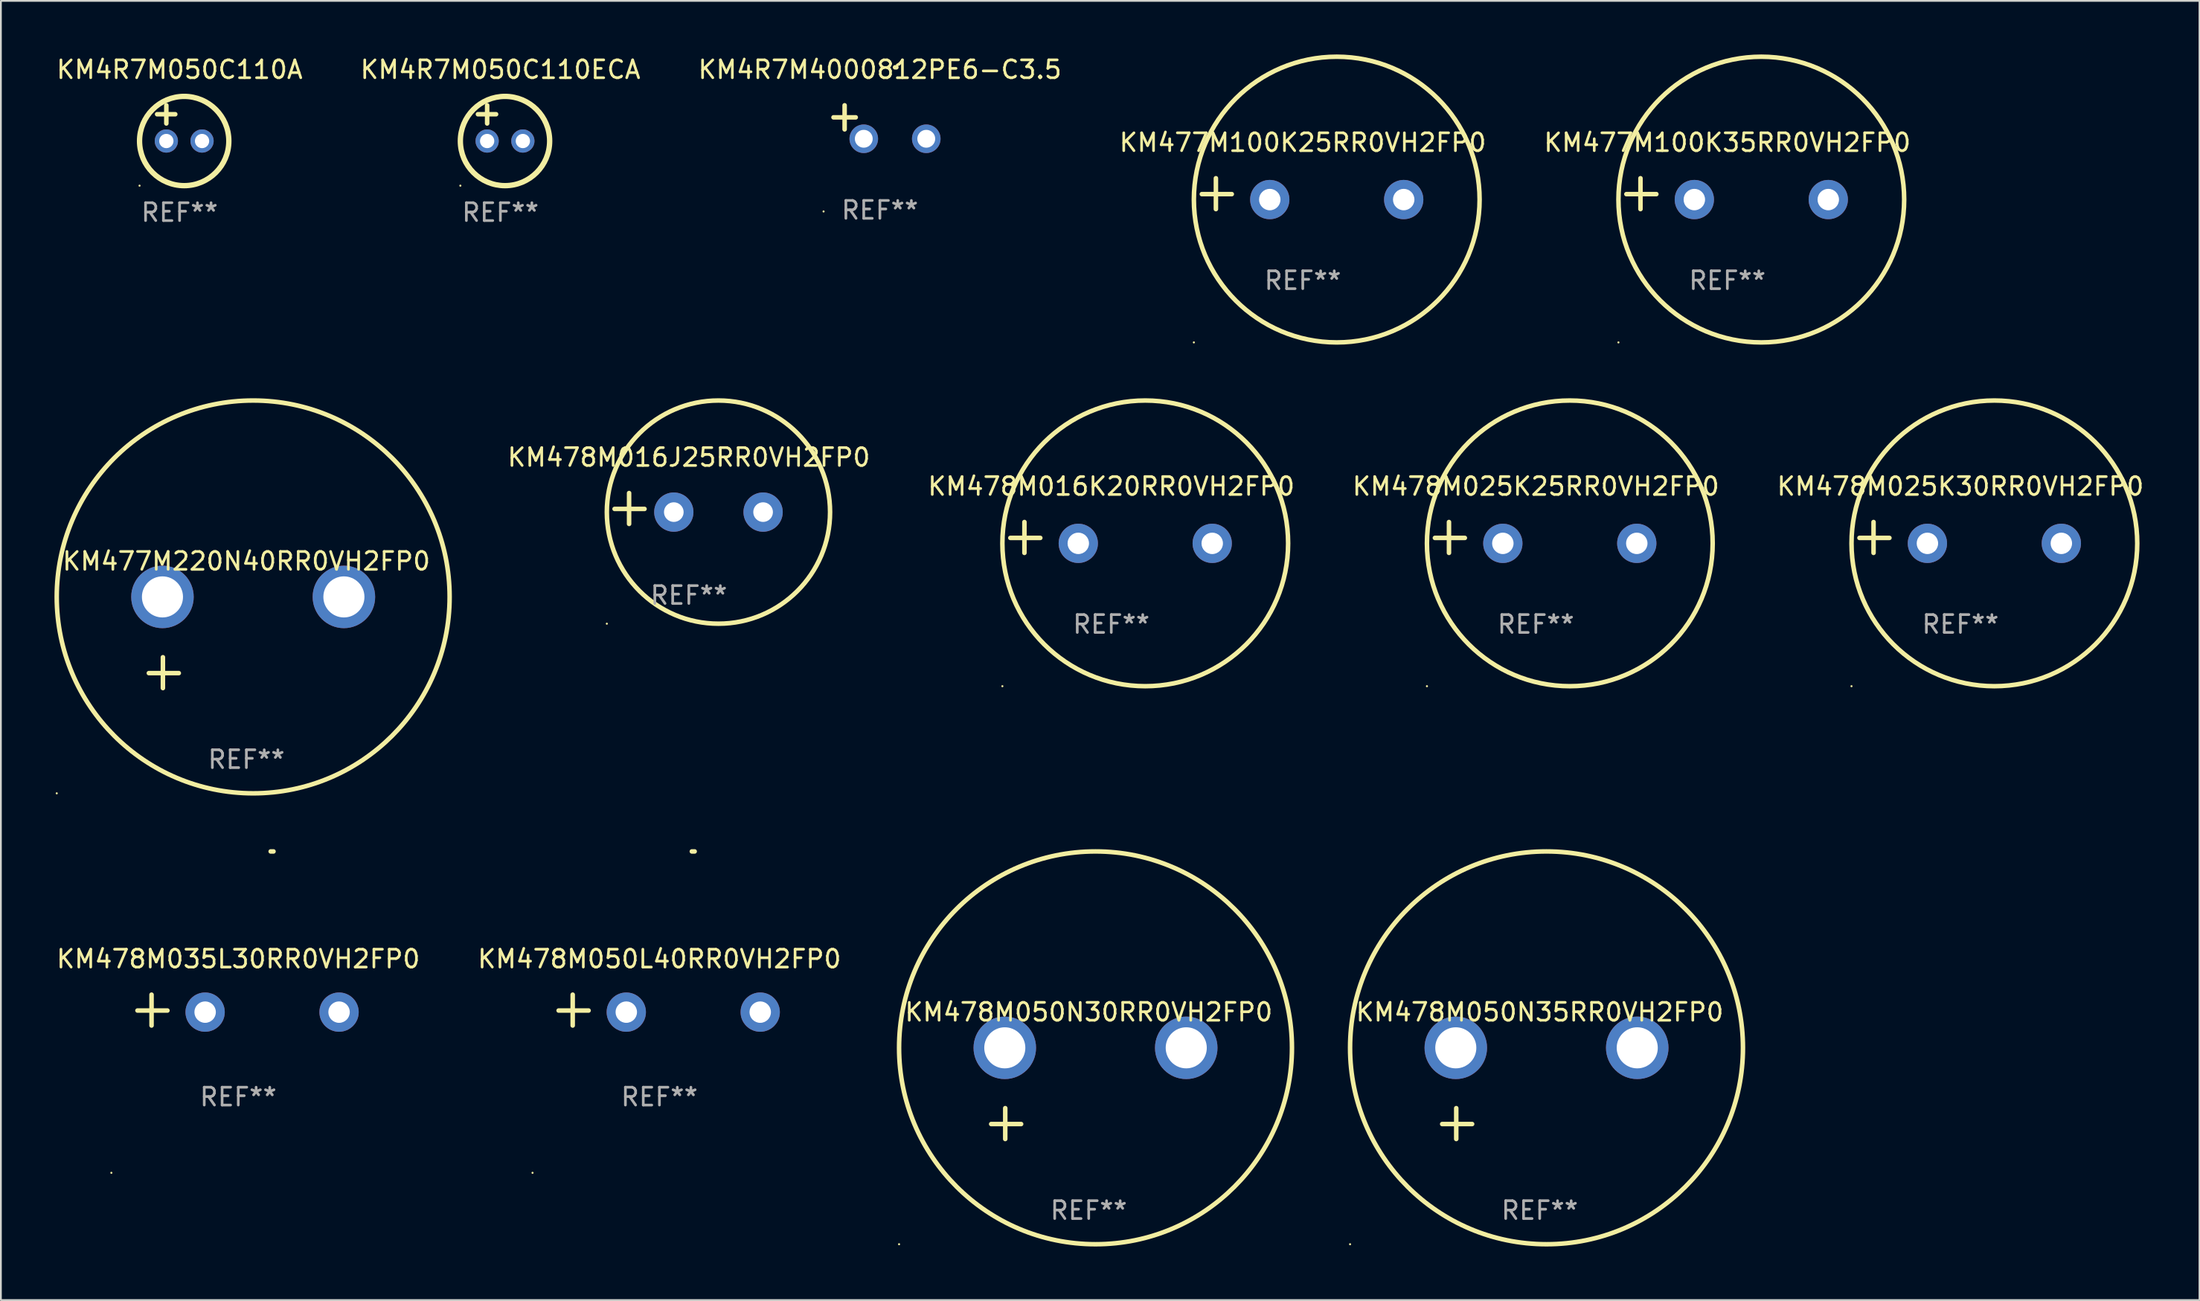
<source format=kicad_pcb>
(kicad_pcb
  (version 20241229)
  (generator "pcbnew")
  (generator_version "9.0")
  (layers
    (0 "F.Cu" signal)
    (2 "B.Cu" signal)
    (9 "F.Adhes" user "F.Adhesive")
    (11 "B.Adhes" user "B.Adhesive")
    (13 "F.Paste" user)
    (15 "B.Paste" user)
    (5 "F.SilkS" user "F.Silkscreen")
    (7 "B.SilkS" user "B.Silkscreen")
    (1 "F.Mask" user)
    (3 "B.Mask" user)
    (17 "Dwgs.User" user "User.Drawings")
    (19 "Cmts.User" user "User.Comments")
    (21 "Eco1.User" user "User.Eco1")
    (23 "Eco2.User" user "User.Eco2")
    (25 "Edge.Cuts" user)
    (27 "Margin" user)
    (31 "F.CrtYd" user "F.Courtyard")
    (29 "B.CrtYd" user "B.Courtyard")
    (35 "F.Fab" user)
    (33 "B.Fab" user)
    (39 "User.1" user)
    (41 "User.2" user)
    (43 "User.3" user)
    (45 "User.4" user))
  (footprint "KM478M050N30RR0VH2FP0"
    (layer "F.Cu")
    (at 57.913 58.188)
    (property "Reference" "KM478M050N30RR0VH2FP0" (at 0 -4.553 0) (layer "F.SilkS") (effects (font (size 1 1) (thickness 0.15))))
    (attr through_hole)
    (fp_line (start -4.674 2.553) (end -4.674 0.826) (stroke (width 0.254) (type solid)) (layer "F.SilkS"))
    (fp_line (start -3.785 1.715) (end -5.461 1.715) (stroke (width 0.254) (type solid)) (layer "F.SilkS"))
    (fp_circle (center -10.619 8.447) (end -10.589 8.447) (stroke (width 0.06) (type solid)) (fill no) (layer "F.SilkS"))
    (fp_circle (center 0.381 -2.553) (end 11.381 -2.553) (stroke (width 0.254) (type solid)) (fill no) (layer "F.SilkS"))
    (fp_text user "REF**" (at 0 6.553 0) (layer "F.Fab") (effects (font (size 1 1) (thickness 0.15))))
    (pad "1" thru_hole circle (at -4.699 -2.553) (size 3.5 3.5) (drill 2.3) (layers "*.Cu" "*.Mask"))
    (pad "2" thru_hole circle (at 5.461 -2.553) (size 3.5 3.5) (drill 2.3) (layers "*.Cu" "*.Mask")))
  (footprint "KM477M220N40RR0VH2FP0"
    (layer "F.Cu")
    (at 10.746 32.934)
    (property "Reference" "KM477M220N40RR0VH2FP0" (at 0 -4.553 0) (layer "F.SilkS") (effects (font (size 1 1) (thickness 0.15))))
    (attr through_hole)
    (fp_line (start -4.674 2.553) (end -4.674 0.826) (stroke (width 0.254) (type solid)) (layer "F.SilkS"))
    (fp_line (start -3.785 1.715) (end -5.461 1.715) (stroke (width 0.254) (type solid)) (layer "F.SilkS"))
    (fp_circle (center -10.619 8.447) (end -10.589 8.447) (stroke (width 0.06) (type solid)) (fill no) (layer "F.SilkS"))
    (fp_circle (center 0.381 -2.553) (end 11.381 -2.553) (stroke (width 0.254) (type solid)) (fill no) (layer "F.SilkS"))
    (fp_text user "REF**" (at 0 6.553 0) (layer "F.Fab") (effects (font (size 1 1) (thickness 0.15))))
    (pad "1" thru_hole circle (at -4.699 -2.553) (size 3.5 3.5) (drill 2.3) (layers "*.Cu" "*.Mask"))
    (pad "2" thru_hole circle (at 5.461 -2.553) (size 3.5 3.5) (drill 2.3) (layers "*.Cu" "*.Mask")))
  (footprint "KM478M025K25RR0VH2FP0"
    (layer "F.Cu")
    (at 82.95 27.051)
    (property "Reference" "KM478M025K25RR0VH2FP0" (at 0 -2.864 0) (layer "F.SilkS") (effects (font (size 1 1) (thickness 0.15))))
    (attr through_hole)
    (fp_line (start -4.864 0.864) (end -4.864 -0.864) (stroke (width 0.254) (type solid)) (layer "F.SilkS"))
    (fp_line (start -3.975 0.025) (end -5.652 0.025) (stroke (width 0.254) (type solid)) (layer "F.SilkS"))
    (fp_circle (center -6.098 8.33) (end -6.068 8.33) (stroke (width 0.06) (type solid)) (fill no) (layer "F.SilkS"))
    (fp_circle (center 1.902 0.33) (end 9.902 0.33) (stroke (width 0.254) (type solid)) (fill no) (layer "F.SilkS"))
    (fp_text user "REF**" (at 0 4.864 0) (layer "F.Fab") (effects (font (size 1 1) (thickness 0.15))))
    (pad "1" thru_hole circle (at -1.848 0.33) (size 2.2 2.2) (drill 1.2) (layers "*.Cu" "*.Mask"))
    (pad "2" thru_hole circle (at 5.652 0.33) (size 2.2 2.2) (drill 1.2) (layers "*.Cu" "*.Mask")))
  (footprint "KM478M050N35RR0VH2FP0"
    (layer "F.Cu")
    (at 83.167 58.188)
    (property "Reference" "KM478M050N35RR0VH2FP0" (at 0 -4.553 0) (layer "F.SilkS") (effects (font (size 1 1) (thickness 0.15))))
    (attr through_hole)
    (fp_line (start -4.674 2.553) (end -4.674 0.826) (stroke (width 0.254) (type solid)) (layer "F.SilkS"))
    (fp_line (start -3.785 1.715) (end -5.461 1.715) (stroke (width 0.254) (type solid)) (layer "F.SilkS"))
    (fp_circle (center -10.619 8.447) (end -10.589 8.447) (stroke (width 0.06) (type solid)) (fill no) (layer "F.SilkS"))
    (fp_circle (center 0.381 -2.553) (end 11.381 -2.553) (stroke (width 0.254) (type solid)) (fill no) (layer "F.SilkS"))
    (fp_text user "REF**" (at 0 6.553 0) (layer "F.Fab") (effects (font (size 1 1) (thickness 0.15))))
    (pad "1" thru_hole circle (at -4.699 -2.553) (size 3.5 3.5) (drill 2.3) (layers "*.Cu" "*.Mask"))
    (pad "2" thru_hole circle (at 5.461 -2.553) (size 3.5 3.5) (drill 2.3) (layers "*.Cu" "*.Mask")))
  (footprint "KM478M035L30RR0VH2FP0"
    (layer "F.Cu")
    (at 10.292 53.521)
    (property "Reference" "KM478M035L30RR0VH2FP0" (at 0 -2.864 0) (layer "F.SilkS") (effects (font (size 1 1) (thickness 0.15))))
    (attr through_hole)
    (fp_line (start -4.856 0.864) (end -4.856 -0.864) (stroke (width 0.254) (type solid)) (layer "F.SilkS"))
    (fp_line (start -3.967 0.025) (end -5.644 0.025) (stroke (width 0.254) (type solid)) (layer "F.SilkS"))
    (fp_arc (start 1.815024 -8.885649) (mid 1.893764 -8.88599) (end 1.972504 -8.885649) (stroke (width 0.254001) (type solid)) (layer "F.SilkS"))
    (fp_circle (center -7.106 9.114) (end -7.076 9.114) (stroke (width 0.06) (type solid)) (fill no) (layer "F.SilkS"))
    (fp_text user "REF**" (at 0 4.864 0) (layer "F.Fab") (effects (font (size 1 1) (thickness 0.15))))
    (pad "1" thru_hole circle (at -1.856 0.114) (size 2.2 2.2) (drill 1.2) (layers "*.Cu" "*.Mask"))
    (pad "2" thru_hole circle (at 5.644 0.114) (size 2.2 2.2) (drill 1.2) (layers "*.Cu" "*.Mask")))
  (footprint "KM477M100K35RR0VH2FP0"
    (layer "F.Cu")
    (at 93.673 7.797)
    (property "Reference" "KM477M100K35RR0VH2FP0" (at 0 -2.864 0) (layer "F.SilkS") (effects (font (size 1 1) (thickness 0.15))))
    (attr through_hole)
    (fp_line (start -4.864 0.864) (end -4.864 -0.864) (stroke (width 0.254) (type solid)) (layer "F.SilkS"))
    (fp_line (start -3.975 0.025) (end -5.652 0.025) (stroke (width 0.254) (type solid)) (layer "F.SilkS"))
    (fp_circle (center -6.098 8.33) (end -6.068 8.33) (stroke (width 0.06) (type solid)) (fill no) (layer "F.SilkS"))
    (fp_circle (center 1.902 0.33) (end 9.902 0.33) (stroke (width 0.254) (type solid)) (fill no) (layer "F.SilkS"))
    (fp_text user "REF**" (at 0 4.864 0) (layer "F.Fab") (effects (font (size 1 1) (thickness 0.15))))
    (pad "1" thru_hole circle (at -1.848 0.33) (size 2.2 2.2) (drill 1.2) (layers "*.Cu" "*.Mask"))
    (pad "2" thru_hole circle (at 5.652 0.33) (size 2.2 2.2) (drill 1.2) (layers "*.Cu" "*.Mask")))
  (footprint "KM4R7M4000812PE6-C3.5"
    (layer "F.Cu")
    (at 46.22 3.785)
    (property "Reference" "KM4R7M4000812PE6-C3.5" (at 0 -2.937 0) (layer "F.SilkS") (effects (font (size 1 1) (thickness 0.15))))
    (attr through_hole)
    (fp_line (start -1.975 0.41) (end -1.975 -0.937) (stroke (width 0.254) (type solid)) (layer "F.SilkS"))
    (fp_line (start -1.353 -0.263) (end -2.597 -0.263) (stroke (width 0.254) (type solid)) (layer "F.SilkS"))
    (fp_arc (start 0.849809 -3.063957) (mid 0.885369 -3.064114) (end 0.920929 -3.063957) (stroke (width 0.254001) (type solid)) (layer "F.SilkS"))
    (fp_circle (center -3.154 5.008) (end -3.124 5.008) (stroke (width 0.06) (type solid)) (fill no) (layer "F.SilkS"))
    (fp_text user "REF**" (at 0 4.937 0) (layer "F.Fab") (effects (font (size 1 1) (thickness 0.15))))
    (pad "1" thru_hole circle (at -0.903 0.937) (size 1.6 1.6) (drill 1) (layers "*.Cu" "*.Mask"))
    (pad "2" thru_hole circle (at 2.597 0.937) (size 1.6 1.6) (drill 1) (layers "*.Cu" "*.Mask")))
  (footprint "KM478M016J25RR0VH2FP0"
    (layer "F.Cu")
    (at 35.522 25.428)
    (property "Reference" "KM478M016J25RR0VH2FP0" (at 0 -2.864 0) (layer "F.SilkS") (effects (font (size 1 1) (thickness 0.15))))
    (attr through_hole)
    (fp_line (start -3.346 0.864) (end -3.346 -0.864) (stroke (width 0.254) (type solid)) (layer "F.SilkS"))
    (fp_line (start -2.482 0.025) (end -4.158 0.025) (stroke (width 0.254) (type solid)) (layer "F.SilkS"))
    (fp_circle (center -4.592 6.453) (end -4.562 6.453) (stroke (width 0.06) (type solid)) (fill no) (layer "F.SilkS"))
    (fp_circle (center 1.658 0.203) (end 7.908 0.203) (stroke (width 0.254) (type solid)) (fill no) (layer "F.SilkS"))
    (fp_text user "REF**" (at 0 4.864 0) (layer "F.Fab") (effects (font (size 1 1) (thickness 0.15))))
    (pad "1" thru_hole circle (at -0.842 0.203) (size 2.2 2.2) (drill 1.1) (layers "*.Cu" "*.Mask"))
    (pad "2" thru_hole circle (at 4.158 0.203) (size 2.2 2.2) (drill 1.1) (layers "*.Cu" "*.Mask")))
  (footprint "KM478M016K20RR0VH2FP0"
    (layer "F.Cu")
    (at 59.177 27.051)
    (property "Reference" "KM478M016K20RR0VH2FP0" (at 0 -2.864 0) (layer "F.SilkS") (effects (font (size 1 1) (thickness 0.15))))
    (attr through_hole)
    (fp_line (start -4.864 0.864) (end -4.864 -0.864) (stroke (width 0.254) (type solid)) (layer "F.SilkS"))
    (fp_line (start -3.975 0.025) (end -5.652 0.025) (stroke (width 0.254) (type solid)) (layer "F.SilkS"))
    (fp_circle (center -6.098 8.33) (end -6.068 8.33) (stroke (width 0.06) (type solid)) (fill no) (layer "F.SilkS"))
    (fp_circle (center 1.902 0.33) (end 9.902 0.33) (stroke (width 0.254) (type solid)) (fill no) (layer "F.SilkS"))
    (fp_text user "REF**" (at 0 4.864 0) (layer "F.Fab") (effects (font (size 1 1) (thickness 0.15))))
    (pad "1" thru_hole circle (at -1.848 0.33) (size 2.2 2.2) (drill 1.2) (layers "*.Cu" "*.Mask"))
    (pad "2" thru_hole circle (at 5.652 0.33) (size 2.2 2.2) (drill 1.2) (layers "*.Cu" "*.Mask")))
  (footprint "KM4R7M050C110ECA"
    (layer "F.Cu")
    (at 24.97 3.848)
    (property "Reference" "KM4R7M050C110ECA" (at 0 -3 0) (layer "F.SilkS") (effects (font (size 1 1) (thickness 0.15))))
    (attr through_hole)
    (fp_line (start -1.258 -0.5) (end -0.242 -0.5) (stroke (width 0.254) (type solid)) (layer "F.SilkS"))
    (fp_line (start -0.742 -1) (end -0.742 0.016) (stroke (width 0.254) (type solid)) (layer "F.SilkS"))
    (fp_circle (center -2.242 3.5) (end -2.212 3.5) (stroke (width 0.06) (type solid)) (fill no) (layer "F.SilkS"))
    (fp_circle (center 0.258 1) (end 2.758 1) (stroke (width 0.3) (type solid)) (fill no) (layer "F.SilkS"))
    (fp_text user "REF**" (at 0 5 0) (layer "F.Fab") (effects (font (size 1 1) (thickness 0.15))))
    (pad "1" thru_hole circle (at -0.742 1) (size 1.3 1.3) (drill 0.8) (layers "*.Cu" "*.Mask"))
    (pad "2" thru_hole circle (at 1.258 1) (size 1.3 1.3) (drill 0.8) (layers "*.Cu" "*.Mask")))
  (footprint "KM477M100K25RR0VH2FP0"
    (layer "F.Cu")
    (at 69.899 7.797)
    (property "Reference" "KM477M100K25RR0VH2FP0" (at 0 -2.864 0) (layer "F.SilkS") (effects (font (size 1 1) (thickness 0.15))))
    (attr through_hole)
    (fp_line (start -4.864 0.864) (end -4.864 -0.864) (stroke (width 0.254) (type solid)) (layer "F.SilkS"))
    (fp_line (start -3.975 0.025) (end -5.652 0.025) (stroke (width 0.254) (type solid)) (layer "F.SilkS"))
    (fp_circle (center -6.098 8.33) (end -6.068 8.33) (stroke (width 0.06) (type solid)) (fill no) (layer "F.SilkS"))
    (fp_circle (center 1.902 0.33) (end 9.902 0.33) (stroke (width 0.254) (type solid)) (fill no) (layer "F.SilkS"))
    (fp_text user "REF**" (at 0 4.864 0) (layer "F.Fab") (effects (font (size 1 1) (thickness 0.15))))
    (pad "1" thru_hole circle (at -1.848 0.33) (size 2.2 2.2) (drill 1.2) (layers "*.Cu" "*.Mask"))
    (pad "2" thru_hole circle (at 5.652 0.33) (size 2.2 2.2) (drill 1.2) (layers "*.Cu" "*.Mask")))
  (footprint "KM478M050L40RR0VH2FP0"
    (layer "F.Cu")
    (at 33.875 53.521)
    (property "Reference" "KM478M050L40RR0VH2FP0" (at 0 -2.864 0) (layer "F.SilkS") (effects (font (size 1 1) (thickness 0.15))))
    (attr through_hole)
    (fp_line (start -4.856 0.864) (end -4.856 -0.864) (stroke (width 0.254) (type solid)) (layer "F.SilkS"))
    (fp_line (start -3.967 0.025) (end -5.644 0.025) (stroke (width 0.254) (type solid)) (layer "F.SilkS"))
    (fp_arc (start 1.815024 -8.885649) (mid 1.893764 -8.88599) (end 1.972504 -8.885649) (stroke (width 0.254001) (type solid)) (layer "F.SilkS"))
    (fp_circle (center -7.106 9.114) (end -7.076 9.114) (stroke (width 0.06) (type solid)) (fill no) (layer "F.SilkS"))
    (fp_text user "REF**" (at 0 4.864 0) (layer "F.Fab") (effects (font (size 1 1) (thickness 0.15))))
    (pad "1" thru_hole circle (at -1.856 0.114) (size 2.2 2.2) (drill 1.2) (layers "*.Cu" "*.Mask"))
    (pad "2" thru_hole circle (at 5.644 0.114) (size 2.2 2.2) (drill 1.2) (layers "*.Cu" "*.Mask")))
  (footprint "KM4R7M050C110A"
    (layer "F.Cu")
    (at 7.006 3.848)
    (property "Reference" "KM4R7M050C110A" (at 0 -3 0) (layer "F.SilkS") (effects (font (size 1 1) (thickness 0.15))))
    (attr through_hole)
    (fp_line (start -1.258 -0.5) (end -0.242 -0.5) (stroke (width 0.254) (type solid)) (layer "F.SilkS"))
    (fp_line (start -0.742 -1) (end -0.742 0.016) (stroke (width 0.254) (type solid)) (layer "F.SilkS"))
    (fp_circle (center -2.242 3.5) (end -2.212 3.5) (stroke (width 0.06) (type solid)) (fill no) (layer "F.SilkS"))
    (fp_circle (center 0.258 1) (end 2.758 1) (stroke (width 0.3) (type solid)) (fill no) (layer "F.SilkS"))
    (fp_text user "REF**" (at 0 5 0) (layer "F.Fab") (effects (font (size 1 1) (thickness 0.15))))
    (pad "1" thru_hole circle (at -0.742 1) (size 1.3 1.3) (drill 0.8) (layers "*.Cu" "*.Mask"))
    (pad "2" thru_hole circle (at 1.258 1) (size 1.3 1.3) (drill 0.8) (layers "*.Cu" "*.Mask")))
  (footprint "KM478M025K30RR0VH2FP0"
    (layer "F.Cu")
    (at 106.724 27.051)
    (property "Reference" "KM478M025K30RR0VH2FP0" (at 0 -2.864 0) (layer "F.SilkS") (effects (font (size 1 1) (thickness 0.15))))
    (attr through_hole)
    (fp_line (start -4.864 0.864) (end -4.864 -0.864) (stroke (width 0.254) (type solid)) (layer "F.SilkS"))
    (fp_line (start -3.975 0.025) (end -5.652 0.025) (stroke (width 0.254) (type solid)) (layer "F.SilkS"))
    (fp_circle (center -6.098 8.33) (end -6.068 8.33) (stroke (width 0.06) (type solid)) (fill no) (layer "F.SilkS"))
    (fp_circle (center 1.902 0.33) (end 9.902 0.33) (stroke (width 0.254) (type solid)) (fill no) (layer "F.SilkS"))
    (fp_text user "REF**" (at 0 4.864 0) (layer "F.Fab") (effects (font (size 1 1) (thickness 0.15))))
    (pad "1" thru_hole circle (at -1.848 0.33) (size 2.2 2.2) (drill 1.2) (layers "*.Cu" "*.Mask"))
    (pad "2" thru_hole circle (at 5.652 0.33) (size 2.2 2.2) (drill 1.2) (layers "*.Cu" "*.Mask")))
  (gr_rect
    (start -3 -3)
    (end 120.111 69.762)
    (stroke (width 0.1) (type default))
    (fill no)
    (layer "Edge.Cuts")))
</source>
